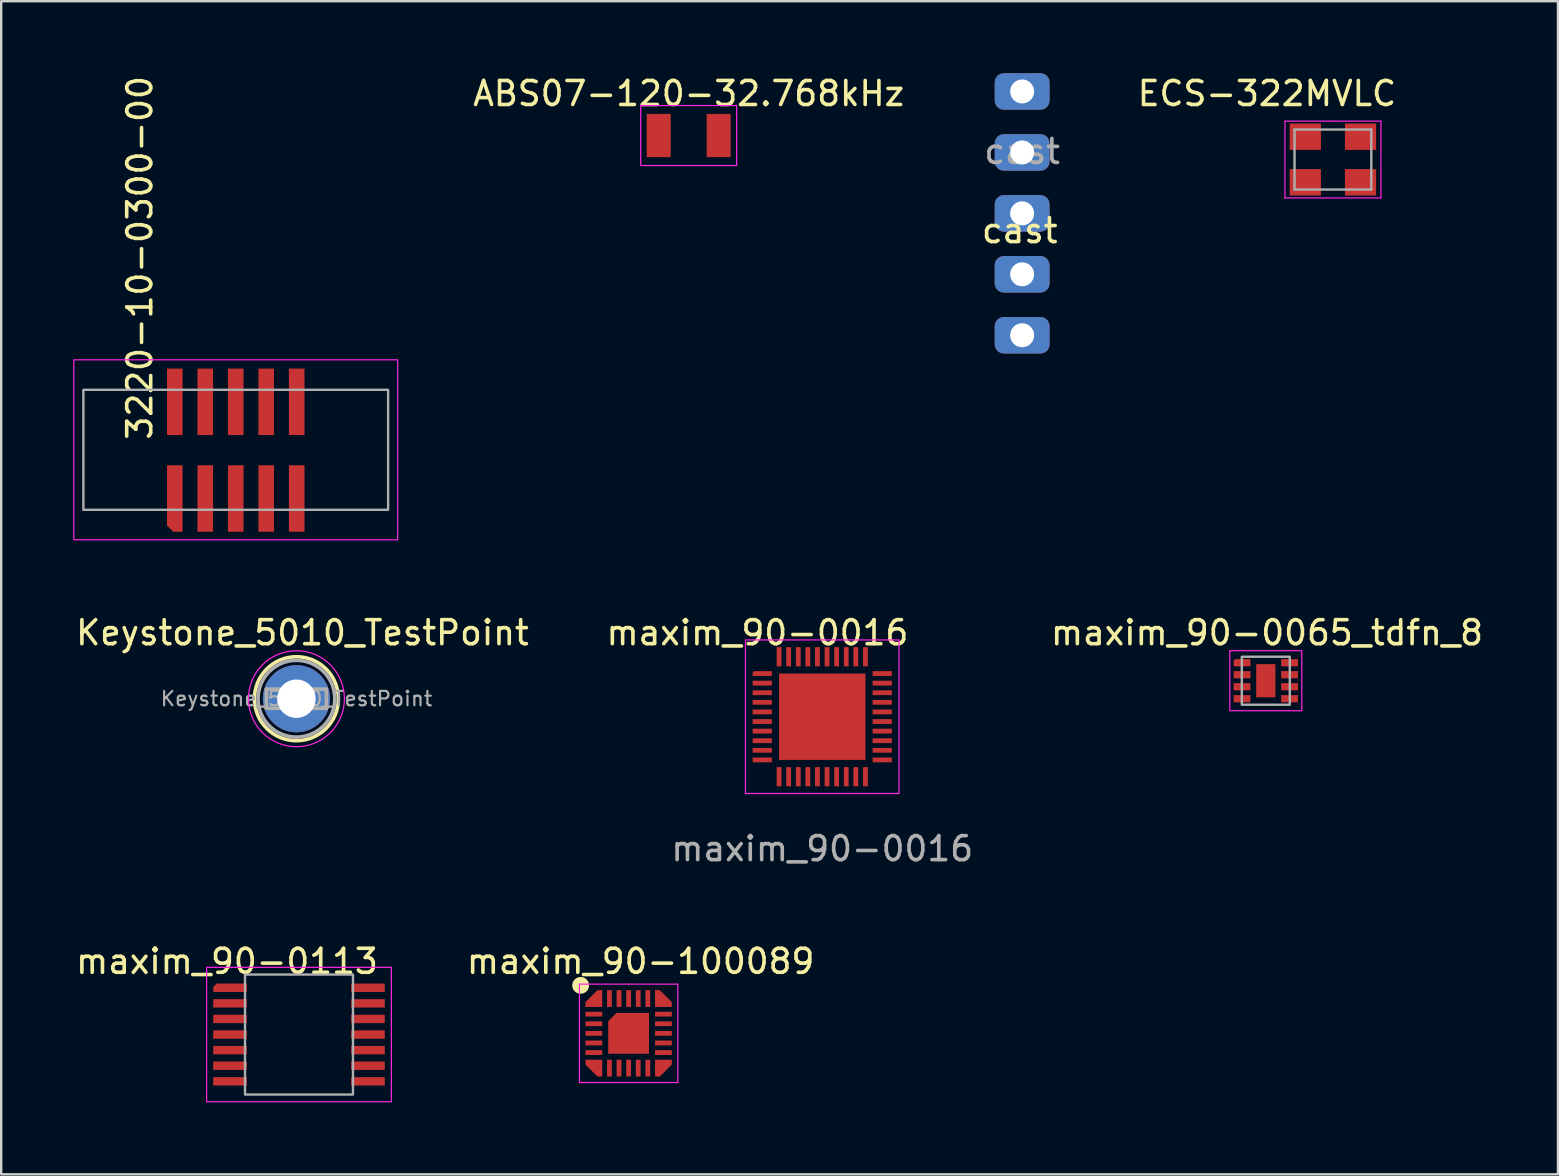
<source format=kicad_pcb>
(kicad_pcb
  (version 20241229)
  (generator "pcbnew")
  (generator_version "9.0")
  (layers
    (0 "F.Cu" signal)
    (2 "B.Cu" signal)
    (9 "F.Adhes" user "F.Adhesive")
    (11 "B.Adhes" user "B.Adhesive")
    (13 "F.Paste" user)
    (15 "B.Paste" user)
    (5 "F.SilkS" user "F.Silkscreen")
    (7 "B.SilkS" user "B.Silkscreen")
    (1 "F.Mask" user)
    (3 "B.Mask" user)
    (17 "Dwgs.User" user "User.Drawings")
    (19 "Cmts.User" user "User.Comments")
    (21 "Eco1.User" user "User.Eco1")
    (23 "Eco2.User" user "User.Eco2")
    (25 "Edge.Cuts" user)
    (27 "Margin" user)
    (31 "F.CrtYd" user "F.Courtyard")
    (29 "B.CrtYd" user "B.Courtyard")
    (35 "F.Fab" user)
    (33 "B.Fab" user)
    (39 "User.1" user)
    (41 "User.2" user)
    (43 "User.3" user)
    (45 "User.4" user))
  (footprint "ECS-322MVLC"
    (layer "F.Cu")
    (at 52.501 3.598)
    (property "Reference" "ECS-322MVLC" (at -2.75 -2.75 0) (unlocked yes) (layer "F.SilkS") (effects (font (size 1 1) (thickness 0.15))))
    (attr smd)
    (fp_line (start -2 -1.6) (end -2 1.6) (stroke (width 0.05) (type solid)) (layer "F.CrtYd"))
    (fp_line (start -2 1.6) (end 2 1.6) (stroke (width 0.05) (type solid)) (layer "F.CrtYd"))
    (fp_line (start 0 -1.6) (end -2 -1.6) (stroke (width 0.05) (type solid)) (layer "F.CrtYd"))
    (fp_line (start 2 -1.6) (end 0 -1.6) (stroke (width 0.05) (type solid)) (layer "F.CrtYd"))
    (fp_line (start 2 1.6) (end 2 -1.6) (stroke (width 0.05) (type solid)) (layer "F.CrtYd"))
    (fp_line (start -1.6 -1.25) (end -1.6 1.25) (stroke (width 0.1) (type solid)) (layer "F.Fab"))
    (fp_line (start -1.6 -1.25) (end 1.6 -1.25) (stroke (width 0.1) (type solid)) (layer "F.Fab"))
    (fp_line (start -1.6 1.25) (end 1.6 1.25) (stroke (width 0.1) (type solid)) (layer "F.Fab"))
    (fp_line (start 1.6 -1.25) (end 1.6 1.25) (stroke (width 0.1) (type solid)) (layer "F.Fab"))
    (pad "1" smd rect (at -1.15 0.95) (size 1.3 1.1) (layers "F.Cu" "F.Mask" "F.Paste"))
    (pad "2" smd rect (at 1.15 0.95) (size 1.3 1.1) (layers "F.Cu" "F.Mask" "F.Paste"))
    (pad "3" smd rect (at 1.15 -0.95) (size 1.3 1.1) (layers "F.Cu" "F.Mask" "F.Paste"))
    (pad "4" smd rect (at -1.15 -0.95) (size 1.3 1.1) (layers "F.Cu" "F.Mask" "F.Paste")))
  (footprint "ABS07-120-32.768kHz"
    (layer "F.Cu")
    (at 25.651 2.598)
    (property "Reference" "ABS07-120-32.768kHz" (at 0 -1.75 0) (unlocked yes) (layer "F.SilkS") (effects (font (size 1 1) (thickness 0.15))))
    (attr smd)
    (fp_rect (start -2 -1.25) (end 2 1.25) (stroke (width 0.05) (type solid)) (fill no) (layer "F.CrtYd"))
    (pad "1" smd rect (at -1.25 0) (size 1 1.8) (layers "F.Cu" "F.Mask" "F.Paste"))
    (pad "2" smd rect (at 1.25 0) (size 1 1.8) (layers "F.Cu" "F.Mask" "F.Paste")))
  (footprint "cast"
    (layer "F.Cu")
    (at 39.549 5.842)
    (property "Reference" "cast" (at -0.1 0.72 0) (unlocked yes) (layer "F.SilkS") (effects (font (size 1 1) (thickness 0.15))))
    (attr smd)
    (fp_text user "${REFERENCE}" (at 0 -2.58 0) (unlocked yes) (layer "F.Fab") (effects (font (size 1 1) (thickness 0.15))))
    (pad "1" thru_hole roundrect (at 0 -5.08) (size 2.286 1.524) (drill 1) (property pad_prop_castellated) (layers "*.Cu" "*.Mask") (roundrect_rratio 0.25))
    (pad "2" thru_hole roundrect (at 0 -2.54) (size 2.286 1.524) (drill 1) (property pad_prop_castellated) (layers "*.Cu" "*.Mask") (roundrect_rratio 0.25))
    (pad "3" thru_hole roundrect (at 0 0) (size 2.286 1.524) (drill 1) (property pad_prop_castellated) (layers "*.Cu" "*.Mask") (roundrect_rratio 0.25))
    (pad "4" thru_hole roundrect (at 0 2.54) (size 2.286 1.524) (drill 1) (property pad_prop_castellated) (layers "*.Cu" "*.Mask") (roundrect_rratio 0.25))
    (pad "5" thru_hole roundrect (at 0 5.08) (size 2.286 1.524) (drill 1) (property pad_prop_castellated) (layers "*.Cu" "*.Mask") (roundrect_rratio 0.25)))
  (footprint "maxim_90-0016"
    (layer "F.Cu")
    (at 31.218 26.82)
    (property "Reference" "maxim_90-0016" (at -2.7 -3.5 0) (unlocked yes) (layer "F.SilkS") (effects (font (size 1 1) (thickness 0.15))))
    (attr smd)
    (fp_rect (start -3.2 -3.2) (end 3.2 3.2) (stroke (width 0.05) (type solid)) (fill no) (layer "F.CrtYd"))
    (fp_text user "${REFERENCE}" (at 0 5.5 0) (unlocked yes) (layer "F.Fab") (effects (font (size 1 1) (thickness 0.15))))
    (pad "1" smd roundrect (at -2.5 -1.8) (size 0.8 0.2) (layers "F.Cu" "F.Mask" "F.Paste") (roundrect_rratio 0) (chamfer_ratio 0.3) (chamfer top_left))
    (pad "2" smd rect (at -2.5 -1.4) (size 0.8 0.2) (layers "F.Cu" "F.Mask" "F.Paste"))
    (pad "3" smd rect (at -2.5 -1) (size 0.8 0.2) (layers "F.Cu" "F.Mask" "F.Paste"))
    (pad "4" smd rect (at -2.5 -0.6) (size 0.8 0.2) (layers "F.Cu" "F.Mask" "F.Paste"))
    (pad "5" smd rect (at -2.5 -0.2) (size 0.8 0.2) (layers "F.Cu" "F.Mask" "F.Paste"))
    (pad "6" smd rect (at -2.5 0.2) (size 0.8 0.2) (layers "F.Cu" "F.Mask" "F.Paste"))
    (pad "7" smd rect (at -2.5 0.6) (size 0.8 0.2) (layers "F.Cu" "F.Mask" "F.Paste"))
    (pad "8" smd rect (at -2.5 1) (size 0.8 0.2) (layers "F.Cu" "F.Mask" "F.Paste"))
    (pad "9" smd rect (at -2.5 1.4) (size 0.8 0.2) (layers "F.Cu" "F.Mask" "F.Paste"))
    (pad "10" smd rect (at -2.5 1.8) (size 0.8 0.2) (layers "F.Cu" "F.Mask" "F.Paste"))
    (pad "11" smd rect (at -1.8 2.5 90) (size 0.8 0.2) (layers "F.Cu" "F.Mask" "F.Paste"))
    (pad "12" smd rect (at -1.4 2.5 90) (size 0.8 0.2) (layers "F.Cu" "F.Mask" "F.Paste"))
    (pad "13" smd rect (at -1 2.5 90) (size 0.8 0.2) (layers "F.Cu" "F.Mask" "F.Paste"))
    (pad "14" smd rect (at -0.6 2.5 90) (size 0.8 0.2) (layers "F.Cu" "F.Mask" "F.Paste"))
    (pad "15" smd rect (at -0.2 2.5 90) (size 0.8 0.2) (layers "F.Cu" "F.Mask" "F.Paste"))
    (pad "16" smd rect (at 0.2 2.5 90) (size 0.8 0.2) (layers "F.Cu" "F.Mask" "F.Paste"))
    (pad "17" smd rect (at 0.6 2.5 90) (size 0.8 0.2) (layers "F.Cu" "F.Mask" "F.Paste"))
    (pad "18" smd rect (at 1 2.5 90) (size 0.8 0.2) (layers "F.Cu" "F.Mask" "F.Paste"))
    (pad "19" smd rect (at 1.4 2.5 90) (size 0.8 0.2) (layers "F.Cu" "F.Mask" "F.Paste"))
    (pad "20" smd rect (at 1.8 2.5 90) (size 0.8 0.2) (layers "F.Cu" "F.Mask" "F.Paste"))
    (pad "21" smd rect (at 2.5 1.8) (size 0.8 0.2) (layers "F.Cu" "F.Mask" "F.Paste"))
    (pad "22" smd rect (at 2.5 1.4) (size 0.8 0.2) (layers "F.Cu" "F.Mask" "F.Paste"))
    (pad "23" smd rect (at 2.5 1) (size 0.8 0.2) (layers "F.Cu" "F.Mask" "F.Paste"))
    (pad "24" smd rect (at 2.5 0.6) (size 0.8 0.2) (layers "F.Cu" "F.Mask" "F.Paste"))
    (pad "25" smd rect (at 2.5 0.2) (size 0.8 0.2) (layers "F.Cu" "F.Mask" "F.Paste"))
    (pad "26" smd rect (at 2.5 -0.2) (size 0.8 0.2) (layers "F.Cu" "F.Mask" "F.Paste"))
    (pad "27" smd rect (at 2.5 -0.6) (size 0.8 0.2) (layers "F.Cu" "F.Mask" "F.Paste"))
    (pad "28" smd rect (at 2.5 -1) (size 0.8 0.2) (layers "F.Cu" "F.Mask" "F.Paste"))
    (pad "29" smd rect (at 2.5 -1.4) (size 0.8 0.2) (layers "F.Cu" "F.Mask" "F.Paste"))
    (pad "30" smd rect (at 2.5 -1.8) (size 0.8 0.2) (layers "F.Cu" "F.Mask" "F.Paste"))
    (pad "31" smd rect (at 1.8 -2.5 90) (size 0.8 0.2) (layers "F.Cu" "F.Mask" "F.Paste"))
    (pad "32" smd rect (at 1.4 -2.5 90) (size 0.8 0.2) (layers "F.Cu" "F.Mask" "F.Paste"))
    (pad "33" smd rect (at 1 -2.5 90) (size 0.8 0.2) (layers "F.Cu" "F.Mask" "F.Paste"))
    (pad "34" smd rect (at 0.6 -2.5 90) (size 0.8 0.2) (layers "F.Cu" "F.Mask" "F.Paste"))
    (pad "35" smd rect (at 0.2 -2.5 90) (size 0.8 0.2) (layers "F.Cu" "F.Mask" "F.Paste"))
    (pad "36" smd rect (at -0.2 -2.5 90) (size 0.8 0.2) (layers "F.Cu" "F.Mask" "F.Paste"))
    (pad "37" smd rect (at -0.6 -2.5 90) (size 0.8 0.2) (layers "F.Cu" "F.Mask" "F.Paste"))
    (pad "38" smd rect (at -1 -2.5 90) (size 0.8 0.2) (layers "F.Cu" "F.Mask" "F.Paste"))
    (pad "39" smd rect (at -1.4 -2.5 90) (size 0.8 0.2) (layers "F.Cu" "F.Mask" "F.Paste"))
    (pad "40" smd rect (at -1.8 -2.5 90) (size 0.8 0.2) (layers "F.Cu" "F.Mask" "F.Paste"))
    (pad "EP" smd rect (at 0 0) (size 3.6 3.6) (layers "F.Cu" "F.Mask" "F.Paste")))
  (footprint "maxim_90-100089"
    (layer "F.Cu")
    (at 23.149 40.016)
    (property "Reference" "maxim_90-100089" (at 0.5 -3 0) (unlocked yes) (layer "F.SilkS") (effects (font (size 1 1) (thickness 0.15))))
    (attr smd)
    (fp_circle (center -2 -2) (end -1.75 -2) (stroke (width 0.2) (type solid)) (fill yes) (layer "F.SilkS"))
    (fp_line (start -2.05 -2.05) (end 0 -2.05) (stroke (width 0.05) (type solid)) (layer "F.CrtYd"))
    (fp_line (start -2.05 2.05) (end -2.05 -2.05) (stroke (width 0.05) (type solid)) (layer "F.CrtYd"))
    (fp_line (start 0 -2.05) (end 2.05 -2.05) (stroke (width 0.05) (type solid)) (layer "F.CrtYd"))
    (fp_line (start 2.05 -2.05) (end 2.05 2.05) (stroke (width 0.05) (type solid)) (layer "F.CrtYd"))
    (fp_line (start 2.05 2.05) (end -2.05 2.05) (stroke (width 0.05) (type solid)) (layer "F.CrtYd"))
    (pad "1" smd custom (at -1.45 -1.45 180) (size 0.1 0.1) (layers "F.Cu" "F.Mask" "F.Paste") (options (anchor rect)) (primitives (gr_poly (pts (xy 0.35 -0.15) (xy -0.15 0.35) (xy -0.35 0.35) (xy -0.35 -0.35) (xy 0.35 -0.35)) (width 0) (fill yes))))
    (pad "2" smd rect (at -1.45 -0.8) (size 0.7 0.2) (layers "F.Cu" "F.Mask" "F.Paste"))
    (pad "3" smd rect (at -1.45 -0.4) (size 0.7 0.2) (layers "F.Cu" "F.Mask" "F.Paste"))
    (pad "4" smd rect (at -1.45 0) (size 0.7 0.2) (layers "F.Cu" "F.Mask" "F.Paste"))
    (pad "5" smd rect (at -1.45 0.4) (size 0.7 0.2) (layers "F.Cu" "F.Mask" "F.Paste"))
    (pad "6" smd rect (at -1.45 0.8) (size 0.7 0.2) (layers "F.Cu" "F.Mask" "F.Paste"))
    (pad "7" smd custom (at -1.45 1.45 270) (size 0.1 0.1) (layers "F.Cu" "F.Mask" "F.Paste") (options (anchor rect)) (primitives (gr_poly (pts (xy 0.35 -0.15) (xy -0.15 0.35) (xy -0.35 0.35) (xy -0.35 -0.35) (xy 0.35 -0.35)) (width 0) (fill yes))))
    (pad "8" smd rect (at -0.8 1.45 90) (size 0.7 0.2) (layers "F.Cu" "F.Mask" "F.Paste"))
    (pad "9" smd rect (at -0.4 1.45 90) (size 0.7 0.2) (layers "F.Cu" "F.Mask" "F.Paste"))
    (pad "10" smd rect (at 0 1.45 90) (size 0.7 0.2) (layers "F.Cu" "F.Mask" "F.Paste"))
    (pad "11" smd rect (at 0.4 1.45 90) (size 0.7 0.2) (layers "F.Cu" "F.Mask" "F.Paste"))
    (pad "12" smd rect (at 0.8 1.45 90) (size 0.7 0.2) (layers "F.Cu" "F.Mask" "F.Paste"))
    (pad "13" smd custom (at 1.45 1.45) (size 0.1 0.1) (layers "F.Cu" "F.Mask" "F.Paste") (options (anchor rect)) (primitives (gr_poly (pts (xy 0.35 -0.15) (xy -0.15 0.35) (xy -0.35 0.35) (xy -0.35 -0.35) (xy 0.35 -0.35)) (width 0) (fill yes))))
    (pad "14" smd rect (at 1.45 0.8) (size 0.7 0.2) (layers "F.Cu" "F.Mask" "F.Paste"))
    (pad "15" smd rect (at 1.45 0.4) (size 0.7 0.2) (layers "F.Cu" "F.Mask" "F.Paste"))
    (pad "16" smd rect (at 1.45 0) (size 0.7 0.2) (layers "F.Cu" "F.Mask" "F.Paste"))
    (pad "17" smd rect (at 1.45 -0.4) (size 0.7 0.2) (layers "F.Cu" "F.Mask" "F.Paste"))
    (pad "18" smd rect (at 1.45 -0.8) (size 0.7 0.2) (layers "F.Cu" "F.Mask" "F.Paste"))
    (pad "19" smd custom (at 1.45 -1.45 90) (size 0.1 0.1) (layers "F.Cu" "F.Mask" "F.Paste") (options (anchor rect)) (primitives (gr_poly (pts (xy 0.35 -0.15) (xy -0.15 0.35) (xy -0.35 0.35) (xy -0.35 -0.35) (xy 0.35 -0.35)) (width 0) (fill yes))))
    (pad "20" smd rect (at 0.8 -1.45 90) (size 0.7 0.2) (layers "F.Cu" "F.Mask" "F.Paste"))
    (pad "21" smd rect (at 0.4 -1.45 90) (size 0.7 0.2) (layers "F.Cu" "F.Mask" "F.Paste"))
    (pad "22" smd rect (at 0 -1.45 90) (size 0.7 0.2) (layers "F.Cu" "F.Mask" "F.Paste"))
    (pad "23" smd rect (at -0.4 -1.45 90) (size 0.7 0.2) (layers "F.Cu" "F.Mask" "F.Paste"))
    (pad "24" smd rect (at -0.8 -1.45 90) (size 0.7 0.2) (layers "F.Cu" "F.Mask" "F.Paste"))
    (pad "EP" smd roundrect (at 0 0) (size 1.7 1.7) (layers "F.Cu" "F.Mask" "F.Paste") (roundrect_rratio 0) (chamfer_ratio 0.2) (chamfer top_left)))
  (footprint "Keystone_5010_TestPoint"
    (layer "F.Cu")
    (at 9.304 26.07)
    (property "Reference" "Keystone_5010_TestPoint" (at 0.25 -2.75 0) (unlocked yes) (layer "F.SilkS") (effects (font (size 1 1) (thickness 0.15))))
    (attr through_hole)
    (fp_circle (center 0 0) (end 1.75 0) (stroke (width 0.15) (type solid)) (fill no) (layer "F.SilkS"))
    (fp_circle (center 0 0) (end 2 0) (stroke (width 0.05) (type solid)) (fill no) (layer "F.CrtYd"))
    (fp_line (start -1.25 -0.4) (end 1.25 -0.4) (stroke (width 0.15) (type solid)) (layer "F.Fab"))
    (fp_line (start -1.25 0.4) (end -1.25 -0.4) (stroke (width 0.15) (type solid)) (layer "F.Fab"))
    (fp_line (start 1.25 -0.4) (end 1.25 0.4) (stroke (width 0.15) (type solid)) (layer "F.Fab"))
    (fp_line (start 1.25 0.4) (end -1.25 0.4) (stroke (width 0.15) (type solid)) (layer "F.Fab"))
    (fp_circle (center 0 0) (end 1.6 0) (stroke (width 0.15) (type solid)) (fill no) (layer "F.Fab"))
    (fp_text user "${REFERENCE}" (at 0 0 0) (layer "F.Fab") (effects (font (size 0.6 0.6) (thickness 0.09))))
    (pad "1" thru_hole circle (at 0 0) (size 2.8 2.8) (drill 1.6) (layers "*.Cu" "*.Mask")))
  (footprint "maxim_90-0065_tdfn_8"
    (layer "F.Cu")
    (at 49.704 25.32)
    (property "Reference" "maxim_90-0065_tdfn_8" (at 0.05 -2 0) (unlocked yes) (layer "F.SilkS") (effects (font (size 1 1) (thickness 0.15))))
    (attr smd)
    (fp_rect (start -1.5 -1.25) (end 1.5 1.25) (stroke (width 0.05) (type solid)) (fill no) (layer "F.CrtYd"))
    (fp_rect (start -1 -1) (end 1 1) (stroke (width 0.1) (type solid)) (fill no) (layer "F.Fab"))
    (pad "1" smd roundrect (at -0.99 -0.75) (size 0.7 0.3) (layers "F.Cu" "F.Mask" "F.Paste") (roundrect_rratio 0) (chamfer_ratio 0.2) (chamfer top_left))
    (pad "2" smd rect (at -0.99 -0.25 180) (size 0.7 0.3) (layers "F.Cu" "F.Mask" "F.Paste"))
    (pad "3" smd rect (at -0.99 0.25) (size 0.7 0.3) (layers "F.Cu" "F.Mask" "F.Paste"))
    (pad "4" smd rect (at -0.99 0.75) (size 0.7 0.3) (layers "F.Cu" "F.Mask" "F.Paste"))
    (pad "5" smd rect (at 0.99 0.75) (size 0.7 0.3) (layers "F.Cu" "F.Mask" "F.Paste"))
    (pad "6" smd rect (at 0.99 0.25) (size 0.7 0.3) (layers "F.Cu" "F.Mask" "F.Paste"))
    (pad "7" smd rect (at 0.99 -0.25 180) (size 0.7 0.3) (layers "F.Cu" "F.Mask" "F.Paste"))
    (pad "8" smd rect (at 0.99 -0.75) (size 0.7 0.3) (layers "F.Cu" "F.Mask" "F.Paste"))
    (pad "EP" smd rect (at 0 0) (size 0.8 1.38) (layers "F.Cu" "F.Mask" "F.Paste")))
  (footprint "maxim_90-0113"
    (layer "F.Cu")
    (at 9.411 40.066)
    (property "Reference" "maxim_90-0113" (at -3 -3.05 0) (unlocked yes) (layer "F.SilkS") (effects (font (size 1 1) (thickness 0.15))))
    (attr smd)
    (fp_line (start -3.85 -2.8) (end -3.85 2.8) (stroke (width 0.05) (type solid)) (layer "F.CrtYd"))
    (fp_line (start -3.85 2.8) (end 3.85 2.8) (stroke (width 0.05) (type solid)) (layer "F.CrtYd"))
    (fp_line (start 0 -2.8) (end -3.85 -2.8) (stroke (width 0.05) (type solid)) (layer "F.CrtYd"))
    (fp_line (start 3.85 -2.8) (end 0 -2.8) (stroke (width 0.05) (type solid)) (layer "F.CrtYd"))
    (fp_line (start 3.85 2.8) (end 3.85 -2.8) (stroke (width 0.05) (type solid)) (layer "F.CrtYd"))
    (fp_rect (start -2.25 -2.5) (end 2.25 2.5) (stroke (width 0.1) (type solid)) (fill no) (layer "F.Fab"))
    (pad "1" smd roundrect (at -2.875 -1.95) (size 1.4 0.35) (layers "F.Cu" "F.Mask" "F.Paste") (roundrect_rratio 0) (chamfer_ratio 0.4) (chamfer top_left))
    (pad "2" smd rect (at -2.875 -1.3) (size 1.4 0.35) (layers "F.Cu" "F.Mask" "F.Paste"))
    (pad "3" smd rect (at -2.875 -0.65) (size 1.4 0.35) (layers "F.Cu" "F.Mask" "F.Paste"))
    (pad "4" smd rect (at -2.875 0) (size 1.4 0.35) (layers "F.Cu" "F.Mask" "F.Paste"))
    (pad "5" smd rect (at -2.875 0.65) (size 1.4 0.35) (layers "F.Cu" "F.Mask" "F.Paste"))
    (pad "6" smd rect (at -2.875 1.3) (size 1.4 0.35) (layers "F.Cu" "F.Mask" "F.Paste"))
    (pad "7" smd rect (at -2.875 1.95) (size 1.4 0.35) (layers "F.Cu" "F.Mask" "F.Paste"))
    (pad "8" smd rect (at 2.875 1.95) (size 1.4 0.35) (layers "F.Cu" "F.Mask" "F.Paste"))
    (pad "9" smd rect (at 2.875 1.3) (size 1.4 0.35) (layers "F.Cu" "F.Mask" "F.Paste"))
    (pad "10" smd rect (at 2.875 0.65) (size 1.4 0.35) (layers "F.Cu" "F.Mask" "F.Paste"))
    (pad "11" smd rect (at 2.875 0) (size 1.4 0.35) (layers "F.Cu" "F.Mask" "F.Paste"))
    (pad "12" smd rect (at 2.875 -0.65) (size 1.4 0.35) (layers "F.Cu" "F.Mask" "F.Paste"))
    (pad "13" smd rect (at 2.875 -1.3) (size 1.4 0.35) (layers "F.Cu" "F.Mask" "F.Paste"))
    (pad "14" smd rect (at 2.875 -1.95) (size 1.4 0.35) (layers "F.Cu" "F.Mask" "F.Paste")))
  (footprint "3220-10-0300-00"
    (layer "F.Cu")
    (at 6.775 15.696)
    (property "Reference" "3220-10-0300-00" (at -4 -8 90) (unlocked yes) (layer "F.SilkS") (effects (font (size 1 1) (thickness 0.15))))
    (attr smd)
    (fp_rect (start -6.75 -3.75) (end 6.75 3.75) (stroke (width 0.05) (type solid)) (fill no) (layer "F.CrtYd"))
    (fp_rect (start -6.35 -2.5) (end 6.35 2.5) (stroke (width 0.1) (type solid)) (fill no) (layer "F.Fab"))
    (pad "1" smd roundrect (at -2.54 2.03) (size 0.65 2.77) (layers "F.Cu" "F.Mask" "F.Paste") (roundrect_rratio 0) (chamfer_ratio 0.4) (chamfer bottom_left))
    (pad "2" smd rect (at -2.54 -2) (size 0.65 2.77) (layers "F.Cu" "F.Mask" "F.Paste"))
    (pad "3" smd rect (at -1.27 2.03) (size 0.65 2.77) (layers "F.Cu" "F.Mask" "F.Paste"))
    (pad "4" smd rect (at -1.27 -2) (size 0.65 2.77) (layers "F.Cu" "F.Mask" "F.Paste"))
    (pad "5" smd rect (at 0 2.03) (size 0.65 2.77) (layers "F.Cu" "F.Mask" "F.Paste"))
    (pad "6" smd rect (at 0 -2) (size 0.65 2.77) (layers "F.Cu" "F.Mask" "F.Paste"))
    (pad "7" smd rect (at 1.27 2.03) (size 0.65 2.77) (layers "F.Cu" "F.Mask" "F.Paste"))
    (pad "8" smd rect (at 1.27 -2) (size 0.65 2.77) (layers "F.Cu" "F.Mask" "F.Paste"))
    (pad "9" smd rect (at 2.54 2.03) (size 0.65 2.77) (layers "F.Cu" "F.Mask" "F.Paste"))
    (pad "10" smd rect (at 2.54 -2) (size 0.65 2.77) (layers "F.Cu" "F.Mask" "F.Paste")))
  (gr_rect
    (start -3 -3)
    (end 61.879 45.891)
    (stroke (width 0.1) (type default))
    (fill no)
    (layer "Edge.Cuts")))
</source>
